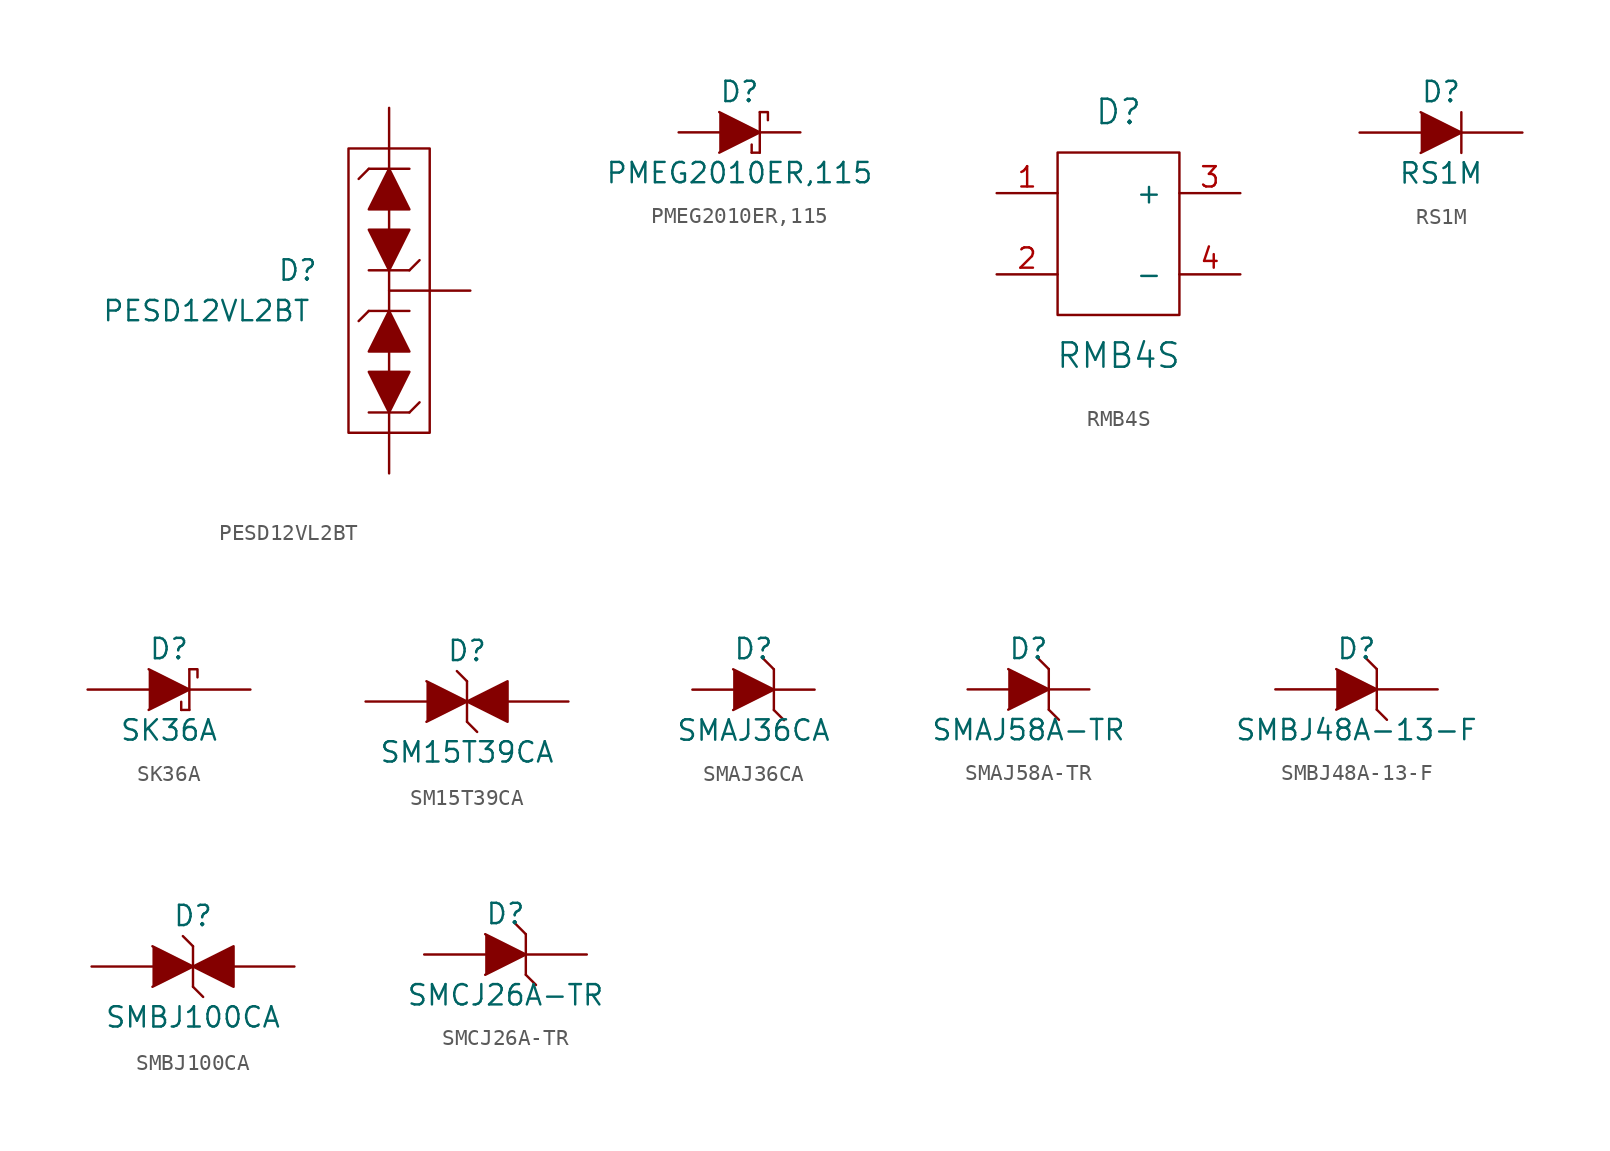
<source format=kicad_sym>
(kicad_symbol_lib
  (version 20201005)
  (generator kicad_symbol_editor)
  (symbol "PESD12VL2BT"
    (pin_numbers hide)
    (pin_names
      (offset 1.016) hide)
    (property "Reference" "D"
      (at -5.715 1.27 0)
      (effects (font (size 1.27 1.27))))
    (property "Value" "PESD12VL2BT"
      (at -11.43 -1.27 0)
      (effects (font (size 1.27 1.27))))
    (symbol "PESD12VL2BT_0_1"
      (rectangle (start -2.54 8.89) (end 2.54 -8.89) (stroke (width 0)) (fill (type none)))
      (polyline (pts (xy -1.27 -7.62) (xy 1.27 -7.62)) (stroke (width 0)) (fill (type none)))
      (polyline (pts (xy -1.27 -1.27) (xy -1.905 -1.905)) (stroke (width 0)) (fill (type none)))
      (polyline (pts (xy -1.27 -1.27) (xy 1.27 -1.27)) (stroke (width 0)) (fill (type none)))
      (polyline (pts (xy -1.27 1.27) (xy 1.27 1.27)) (stroke (width 0)) (fill (type none)))
      (polyline (pts (xy -1.27 7.62) (xy -1.905 6.985)) (stroke (width 0)) (fill (type none)))
      (polyline (pts (xy -1.27 7.62) (xy 1.27 7.62)) (stroke (width 0)) (fill (type none)))
      (polyline (pts (xy 0 -5.08) (xy 0 -3.81)) (stroke (width 0)) (fill (type none)))
      (polyline (pts (xy 0 -1.27) (xy 0 1.27)) (stroke (width 0)) (fill (type none)))
      (polyline (pts (xy 0 5.08) (xy 0 3.81)) (stroke (width 0)) (fill (type none)))
      (polyline (pts (xy 1.27 -7.62) (xy 1.905 -6.985)) (stroke (width 0)) (fill (type none)))
      (polyline (pts (xy 1.27 1.27) (xy 1.905 1.905)) (stroke (width 0)) (fill (type none)))
      (polyline (pts (xy -1.27 -5.08) (xy 1.27 -5.08) (xy 0 -7.62) (xy -1.27 -5.08)) (stroke (width 0)) (fill (type outline)))
      (polyline (pts (xy -1.27 3.81) (xy 1.27 3.81) (xy 0 1.27) (xy -1.27 3.81)) (stroke (width 0)) (fill (type outline)))
      (polyline (pts (xy -1.27 5.08) (xy 1.27 5.08) (xy 0 7.62) (xy -1.27 5.08)) (stroke (width 0)) (fill (type outline)))
      (polyline (pts (xy 0 -1.27) (xy -1.27 -3.81) (xy 1.27 -3.81) (xy 0 -1.27)) (stroke (width 0)) (fill (type outline))))
    (symbol "PESD12VL2BT_1_1"
      (pin passive line (at 0 11.43 270) (length 3.81) (name "K1" (effects (font (size 1.016 1.016)))) (number "1" (effects (font (size 1.016 1.016)))))
      (pin passive line (at 0 -11.43 90) (length 3.81) (name "K2" (effects (font (size 1.016 1.016)))) (number "2" (effects (font (size 1.016 1.016)))))
      (pin unspecified line (at 5.08 0 180) (length 5.08) (name "K3" (effects (font (size 1.27 1.27)))) (number "3" (effects (font (size 1.27 1.27)))))))
  (symbol "PMEG2010ER,115"
    (pin_numbers hide)
    (pin_names
      (offset 1.016) hide)
    (property "Reference" "D"
      (at 0 2.54 0)
      (effects (font (size 1.27 1.27))))
    (property "Value" "PMEG2010ER,115"
      (at 0 -2.54 0)
      (effects (font (size 1.27 1.27))))
    (symbol "PMEG2010ER,115_0_1"
      (polyline (pts (xy 0.762 -1.27) (xy 0.762 -0.762)) (stroke (width 0)) (fill (type none)))
      (polyline (pts (xy 0.762 -1.27) (xy 1.27 -1.27)) (stroke (width 0)) (fill (type none)))
      (polyline (pts (xy 1.27 1.27) (xy 1.27 -1.27)) (stroke (width 0.152)) (fill (type none)))
      (polyline (pts (xy -1.27 1.27) (xy 1.27 0) (xy -1.27 -1.27)) (stroke (width 0)) (fill (type outline)))
      (polyline (pts (xy 1.27 1.27) (xy 1.778 1.27) (xy 1.778 0.762)) (stroke (width 0)) (fill (type none))))
    (symbol "PMEG2010ER,115_1_1"
      (pin passive line (at -3.81 0 0) (length 2.54) (name "A" (effects (font (size 1.016 1.016)))) (number "1" (effects (font (size 1.016 1.016)))))
      (pin passive line (at 3.81 0 180) (length 2.54) (name "K" (effects (font (size 1.016 1.016)))) (number "2" (effects (font (size 1.016 1.016)))))))
  (symbol "RMB4S"
    (pin_names
      (offset 1.016))
    (property "Reference" "D"
      (at 0 7.62 0)
      (effects (font (size 1.524 1.524))))
    (property "Value" "RMB4S"
      (at 0 -7.62 0)
      (effects (font (size 1.524 1.524))))
    (symbol "RMB4S_0_1"
      (rectangle (start -3.81 5.08) (end 3.81 -5.08) (stroke (width 0)) (fill (type none))))
    (symbol "RMB4S_1_1"
      (pin power_in line (at -7.62 2.54 0) (length 3.81) (name "~~" (effects (font (size 1.27 1.27)))) (number "1" (effects (font (size 1.27 1.27)))))
      (pin power_in line (at -7.62 -2.54 0) (length 3.81) (name "~~" (effects (font (size 1.27 1.27)))) (number "2" (effects (font (size 1.27 1.27)))))
      (pin power_out line (at 7.62 2.54 180) (length 3.81) (name "+" (effects (font (size 1.27 1.27)))) (number "3" (effects (font (size 1.27 1.27)))))
      (pin power_out line (at 7.62 -2.54 180) (length 3.81) (name "-" (effects (font (size 1.27 1.27)))) (number "4" (effects (font (size 1.27 1.27)))))))
  (symbol "RS1M"
    (pin_numbers hide)
    (pin_names
      (offset 1.016) hide)
    (property "Reference" "D"
      (at 0 2.54 0)
      (effects (font (size 1.27 1.27))))
    (property "Value" "RS1M"
      (at 0 -2.54 0)
      (effects (font (size 1.27 1.27))))
    (symbol "RS1M_0_1"
      (polyline (pts (xy 1.27 1.27) (xy 1.27 -1.27)) (stroke (width 0.152)) (fill (type none)))
      (polyline (pts (xy -1.27 1.27) (xy 1.27 0) (xy -1.27 -1.27)) (stroke (width 0)) (fill (type outline))))
    (symbol "RS1M_1_1"
      (pin passive line (at -5.08 0 0) (length 3.81) (name "A" (effects (font (size 1.016 1.016)))) (number "1" (effects (font (size 1.016 1.016)))))
      (pin passive line (at 5.08 0 180) (length 3.81) (name "K" (effects (font (size 1.016 1.016)))) (number "2" (effects (font (size 1.016 1.016)))))))
  (symbol "SK36A"
    (pin_numbers hide)
    (pin_names
      (offset 1.016) hide)
    (property "Reference" "D"
      (at 0 2.54 0)
      (effects (font (size 1.27 1.27))))
    (property "Value" "SK36A"
      (at 0 -2.54 0)
      (effects (font (size 1.27 1.27))))
    (symbol "SK36A_0_1"
      (polyline (pts (xy 0.762 -1.27) (xy 0.762 -0.762)) (stroke (width 0)) (fill (type none)))
      (polyline (pts (xy 0.762 -1.27) (xy 1.27 -1.27)) (stroke (width 0)) (fill (type none)))
      (polyline (pts (xy 1.27 1.27) (xy 1.27 -1.27)) (stroke (width 0.152)) (fill (type none)))
      (polyline (pts (xy -1.27 1.27) (xy 1.27 0) (xy -1.27 -1.27)) (stroke (width 0)) (fill (type outline)))
      (polyline (pts (xy 1.27 1.27) (xy 1.778 1.27) (xy 1.778 0.762)) (stroke (width 0)) (fill (type none))))
    (symbol "SK36A_1_1"
      (pin passive line (at -5.08 0 0) (length 3.81) (name "A" (effects (font (size 1.016 1.016)))) (number "1" (effects (font (size 1.016 1.016)))))
      (pin passive line (at 5.08 0 180) (length 3.81) (name "K" (effects (font (size 1.016 1.016)))) (number "2" (effects (font (size 1.016 1.016)))))))
  (symbol "SM15T39CA"
    (pin_numbers hide)
    (pin_names
      (offset 1.016) hide)
    (property "Reference" "D"
      (at 0 3.175 0)
      (effects (font (size 1.27 1.27))))
    (property "Value" "SM15T39CA"
      (at 0 -3.175 0)
      (effects (font (size 1.27 1.27))))
    (symbol "SM15T39CA_0_1"
      (polyline (pts (xy 0 -1.27) (xy 0.635 -1.905)) (stroke (width 0)) (fill (type none)))
      (polyline (pts (xy 0 1.27) (xy -0.635 1.905)) (stroke (width 0)) (fill (type none)))
      (polyline (pts (xy 0 1.27) (xy 0 -1.27)) (stroke (width 0.152)) (fill (type none)))
      (polyline (pts (xy -2.54 1.27) (xy 0 0) (xy -2.54 -1.27)) (stroke (width 0)) (fill (type outline)))
      (polyline (pts (xy 0 0) (xy 2.54 1.27) (xy 2.54 -1.27) (xy 0 0)) (stroke (width 0)) (fill (type outline))))
    (symbol "SM15T39CA_1_1"
      (pin passive line (at -6.35 0 0) (length 3.81) (name "~" (effects (font (size 1.016 1.016)))) (number "1" (effects (font (size 1.016 1.016)))))
      (pin passive line (at 6.35 0 180) (length 3.81) (name "~" (effects (font (size 1.016 1.016)))) (number "2" (effects (font (size 1.016 1.016)))))))
  (symbol "SMAJ36CA"
    (pin_numbers hide)
    (pin_names
      (offset 1.016) hide)
    (property "Reference" "D"
      (at 0 2.54 0)
      (effects (font (size 1.27 1.27))))
    (property "Value" "SMAJ36CA"
      (at 0 -2.54 0)
      (effects (font (size 1.27 1.27))))
    (symbol "SMAJ36CA_0_1"
      (polyline (pts (xy 1.27 -1.27) (xy 1.905 -1.905)) (stroke (width 0)) (fill (type none)))
      (polyline (pts (xy 1.27 1.27) (xy 0.635 1.905)) (stroke (width 0)) (fill (type none)))
      (polyline (pts (xy 1.27 1.27) (xy 1.27 -1.27)) (stroke (width 0.152)) (fill (type none)))
      (polyline (pts (xy -1.27 1.27) (xy 1.27 0) (xy -1.27 -1.27)) (stroke (width 0)) (fill (type outline))))
    (symbol "SMAJ36CA_1_1"
      (pin passive line (at -3.81 0 0) (length 2.54) (name "A" (effects (font (size 1.016 1.016)))) (number "1" (effects (font (size 1.016 1.016)))))
      (pin passive line (at 3.81 0 180) (length 2.54) (name "K" (effects (font (size 1.016 1.016)))) (number "2" (effects (font (size 1.016 1.016)))))))
  (symbol "SMAJ58A-TR"
    (pin_numbers hide)
    (pin_names
      (offset 1.016) hide)
    (property "Reference" "D"
      (at 0 2.54 0)
      (effects (font (size 1.27 1.27))))
    (property "Value" "SMAJ58A-TR"
      (at 0 -2.54 0)
      (effects (font (size 1.27 1.27))))
    (symbol "SMAJ58A-TR_0_1"
      (polyline (pts (xy 1.27 -1.27) (xy 1.905 -1.905)) (stroke (width 0)) (fill (type none)))
      (polyline (pts (xy 1.27 1.27) (xy 0.635 1.905)) (stroke (width 0)) (fill (type none)))
      (polyline (pts (xy 1.27 1.27) (xy 1.27 -1.27)) (stroke (width 0.152)) (fill (type none)))
      (polyline (pts (xy -1.27 1.27) (xy 1.27 0) (xy -1.27 -1.27)) (stroke (width 0)) (fill (type outline))))
    (symbol "SMAJ58A-TR_1_1"
      (pin passive line (at -3.81 0 0) (length 2.54) (name "A" (effects (font (size 1.016 1.016)))) (number "1" (effects (font (size 1.016 1.016)))))
      (pin passive line (at 3.81 0 180) (length 2.54) (name "K" (effects (font (size 1.016 1.016)))) (number "2" (effects (font (size 1.016 1.016)))))))
  (symbol "SMBJ48A-13-F"
    (pin_numbers hide)
    (pin_names
      (offset 1.016) hide)
    (property "Reference" "D"
      (at 0 2.54 0)
      (effects (font (size 1.27 1.27))))
    (property "Value" "SMBJ48A-13-F"
      (at 0 -2.54 0)
      (effects (font (size 1.27 1.27))))
    (symbol "SMBJ48A-13-F_0_1"
      (polyline (pts (xy 1.27 -1.27) (xy 1.905 -1.905)) (stroke (width 0)) (fill (type none)))
      (polyline (pts (xy 1.27 1.27) (xy 0.635 1.905)) (stroke (width 0)) (fill (type none)))
      (polyline (pts (xy 1.27 1.27) (xy 1.27 -1.27)) (stroke (width 0.152)) (fill (type none)))
      (polyline (pts (xy -1.27 1.27) (xy 1.27 0) (xy -1.27 -1.27)) (stroke (width 0)) (fill (type outline))))
    (symbol "SMBJ48A-13-F_1_1"
      (pin passive line (at -5.08 0 0) (length 3.81) (name "A" (effects (font (size 1.016 1.016)))) (number "1" (effects (font (size 1.016 1.016)))))
      (pin passive line (at 5.08 0 180) (length 3.81) (name "K" (effects (font (size 1.016 1.016)))) (number "2" (effects (font (size 1.016 1.016)))))))
  (symbol "SMBJ100CA"
    (pin_numbers hide)
    (pin_names
      (offset 1.016) hide)
    (property "Reference" "D"
      (at 0 3.175 0)
      (effects (font (size 1.27 1.27))))
    (property "Value" "SMBJ100CA"
      (at 0 -3.175 0)
      (effects (font (size 1.27 1.27))))
    (symbol "SMBJ100CA_0_1"
      (polyline (pts (xy 0 -1.27) (xy 0.635 -1.905)) (stroke (width 0)) (fill (type none)))
      (polyline (pts (xy 0 1.27) (xy -0.635 1.905)) (stroke (width 0)) (fill (type none)))
      (polyline (pts (xy 0 1.27) (xy 0 -1.27)) (stroke (width 0.152)) (fill (type none)))
      (polyline (pts (xy -2.54 1.27) (xy 0 0) (xy -2.54 -1.27)) (stroke (width 0)) (fill (type outline)))
      (polyline (pts (xy 0 0) (xy 2.54 1.27) (xy 2.54 -1.27) (xy 0 0)) (stroke (width 0)) (fill (type outline))))
    (symbol "SMBJ100CA_1_1"
      (pin passive line (at -6.35 0 0) (length 3.81) (name "~" (effects (font (size 1.016 1.016)))) (number "1" (effects (font (size 1.016 1.016)))))
      (pin passive line (at 6.35 0 180) (length 3.81) (name "~" (effects (font (size 1.016 1.016)))) (number "2" (effects (font (size 1.016 1.016)))))))
  (symbol "SMCJ26A-TR"
    (pin_numbers hide)
    (pin_names
      (offset 1.016) hide)
    (property "Reference" "D"
      (at 0 2.54 0)
      (effects (font (size 1.27 1.27))))
    (property "Value" "SMCJ26A-TR"
      (at 0 -2.54 0)
      (effects (font (size 1.27 1.27))))
    (symbol "SMCJ26A-TR_0_1"
      (polyline (pts (xy 1.27 -1.27) (xy 1.905 -1.905)) (stroke (width 0)) (fill (type none)))
      (polyline (pts (xy 1.27 1.27) (xy 0.635 1.905)) (stroke (width 0)) (fill (type none)))
      (polyline (pts (xy 1.27 1.27) (xy 1.27 -1.27)) (stroke (width 0.152)) (fill (type none)))
      (polyline (pts (xy -1.27 1.27) (xy 1.27 0) (xy -1.27 -1.27)) (stroke (width 0)) (fill (type outline))))
    (symbol "SMCJ26A-TR_1_1"
      (pin passive line (at -5.08 0 0) (length 3.81) (name "A" (effects (font (size 1.016 1.016)))) (number "1" (effects (font (size 1.016 1.016)))))
      (pin passive line (at 5.08 0 180) (length 3.81) (name "K" (effects (font (size 1.016 1.016)))) (number "2" (effects (font (size 1.016 1.016))))))))
</source>
